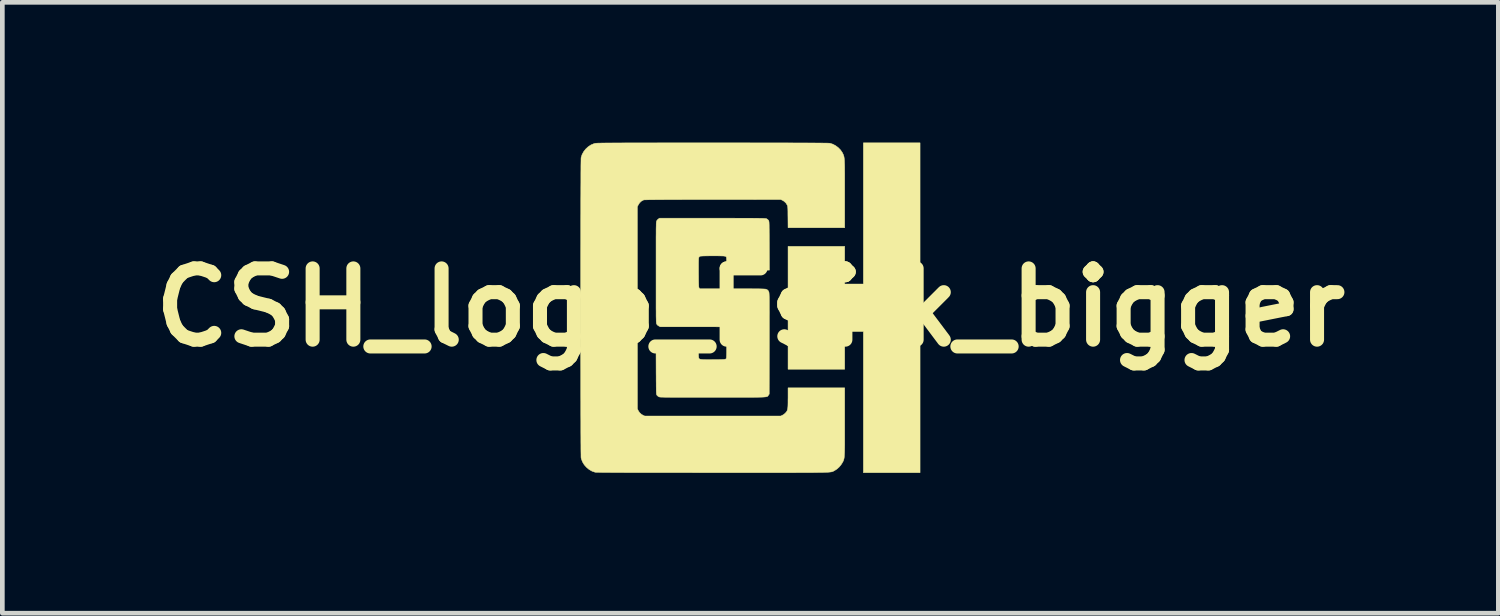
<source format=kicad_pcb>
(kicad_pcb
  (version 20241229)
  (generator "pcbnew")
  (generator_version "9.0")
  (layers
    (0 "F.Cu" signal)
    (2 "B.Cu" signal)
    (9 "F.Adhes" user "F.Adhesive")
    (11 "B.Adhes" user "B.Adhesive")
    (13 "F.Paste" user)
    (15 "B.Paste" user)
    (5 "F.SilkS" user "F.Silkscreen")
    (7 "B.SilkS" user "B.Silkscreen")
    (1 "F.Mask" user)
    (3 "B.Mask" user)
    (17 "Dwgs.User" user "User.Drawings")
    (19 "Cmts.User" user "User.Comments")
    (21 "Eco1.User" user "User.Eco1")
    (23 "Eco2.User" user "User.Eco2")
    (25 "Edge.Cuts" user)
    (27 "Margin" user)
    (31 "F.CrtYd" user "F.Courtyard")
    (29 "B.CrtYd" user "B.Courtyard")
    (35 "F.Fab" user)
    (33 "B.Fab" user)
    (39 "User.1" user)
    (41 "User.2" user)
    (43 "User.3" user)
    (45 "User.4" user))
  (footprint "CSH_logo_Fsilk_bigger"
    (layer "F.Cu")
    (at 12.998 3.525)
    (property "Reference" "CSH_logo_Fsilk_bigger" (at 0 0 0) (layer "F.SilkS") (effects (font (size 1.524 1.524) (thickness 0.3))))
    (attr through_hole)
    (fp_poly (pts (xy 3.629 3.534) (xy 2.417 3.534) (xy 2.417 0.515) (xy 2.017 0.515) (xy 2.017 1.321) (xy 0.806 1.321) (xy 0.806 -1.306) (xy 2.017 -1.306) (xy 2.017 -0.501) (xy 2.417 -0.501) (xy 2.417 -3.52) (xy 3.629 -3.52) (xy 3.629 3.534)) (stroke (width 0.01) (type solid)) (fill yes) (layer "F.SilkS"))
    (fp_poly (pts (xy -0.563 -3.52) (xy -0.33 -3.52) (xy -0.111 -3.52) (xy 0.094 -3.519) (xy 0.285 -3.519) (xy 0.464 -3.519) (xy 0.629 -3.519) (xy 0.781 -3.519) (xy 0.921 -3.518) (xy 1.048 -3.518) (xy 1.163 -3.518) (xy 1.267 -3.517) (xy 1.358 -3.517) (xy 1.438 -3.516) (xy 1.507 -3.516) (xy 1.566 -3.515) (xy 1.613 -3.515) (xy 1.65 -3.514) (xy 1.677 -3.513) (xy 1.693 -3.512) (xy 1.7 -3.512) (xy 1.762 -3.492) (xy 1.823 -3.46) (xy 1.879 -3.418) (xy 1.928 -3.368) (xy 1.965 -3.314) (xy 1.973 -3.299) (xy 1.98 -3.285) (xy 1.986 -3.271) (xy 1.992 -3.258) (xy 1.996 -3.244) (xy 2.001 -3.229) (xy 2.004 -3.211) (xy 2.007 -3.19) (xy 2.01 -3.164) (xy 2.012 -3.134) (xy 2.013 -3.097) (xy 2.015 -3.053) (xy 2.016 -3.002) (xy 2.016 -2.941) (xy 2.017 -2.871) (xy 2.017 -2.79) (xy 2.017 -2.698) (xy 2.017 -2.594) (xy 2.017 -2.476) (xy 2.017 -2.429) (xy 2.017 -1.705) (xy 0.806 -1.705) (xy 0.804 -1.932) (xy 0.803 -1.996) (xy 0.803 -2.047) (xy 0.802 -2.087) (xy 0.801 -2.117) (xy 0.799 -2.14) (xy 0.797 -2.158) (xy 0.794 -2.171) (xy 0.791 -2.181) (xy 0.787 -2.191) (xy 0.786 -2.192) (xy 0.758 -2.236) (xy 0.718 -2.272) (xy 0.686 -2.291) (xy 0.65 -2.308) (xy -0.806 -2.307) (xy -0.988 -2.307) (xy -1.156 -2.307) (xy -1.31 -2.307) (xy -1.451 -2.307) (xy -1.579 -2.306) (xy -1.695 -2.306) (xy -1.799 -2.306) (xy -1.892 -2.305) (xy -1.974 -2.305) (xy -2.045 -2.304) (xy -2.106 -2.304) (xy -2.157 -2.303) (xy -2.199 -2.302) (xy -2.232 -2.301) (xy -2.256 -2.301) (xy -2.273 -2.3) (xy -2.282 -2.299) (xy -2.284 -2.298) (xy -2.331 -2.273) (xy -2.369 -2.237) (xy -2.394 -2.199) (xy -2.417 -2.153) (xy -2.416 2.166) (xy -2.4 2.203) (xy -2.37 2.249) (xy -2.33 2.286) (xy -2.297 2.305) (xy -2.261 2.322) (xy 0.65 2.322) (xy 0.686 2.305) (xy 0.712 2.29) (xy 0.739 2.268) (xy 0.752 2.255) (xy 0.766 2.239) (xy 0.778 2.223) (xy 0.787 2.206) (xy 0.793 2.186) (xy 0.798 2.161) (xy 0.802 2.129) (xy 0.804 2.09) (xy 0.805 2.04) (xy 0.805 1.978) (xy 0.806 1.933) (xy 0.806 1.72) (xy 2.017 1.72) (xy 2.017 2.444) (xy 2.017 2.567) (xy 2.017 2.677) (xy 2.017 2.774) (xy 2.017 2.859) (xy 2.017 2.933) (xy 2.016 2.997) (xy 2.015 3.052) (xy 2.014 3.099) (xy 2.012 3.138) (xy 2.01 3.171) (xy 2.008 3.198) (xy 2.005 3.221) (xy 2.001 3.24) (xy 1.997 3.256) (xy 1.992 3.271) (xy 1.987 3.284) (xy 1.98 3.297) (xy 1.973 3.311) (xy 1.969 3.318) (xy 1.937 3.368) (xy 1.896 3.416) (xy 1.85 3.457) (xy 1.802 3.488) (xy 1.8 3.489) (xy 1.792 3.493) (xy 1.785 3.497) (xy 1.779 3.5) (xy 1.773 3.504) (xy 1.767 3.507) (xy 1.76 3.51) (xy 1.752 3.512) (xy 1.743 3.515) (xy 1.731 3.517) (xy 1.717 3.519) (xy 1.699 3.521) (xy 1.678 3.523) (xy 1.654 3.525) (xy 1.624 3.526) (xy 1.59 3.527) (xy 1.551 3.529) (xy 1.506 3.53) (xy 1.454 3.53) (xy 1.396 3.531) (xy 1.331 3.532) (xy 1.258 3.532) (xy 1.177 3.533) (xy 1.087 3.533) (xy 0.988 3.533) (xy 0.88 3.534) (xy 0.762 3.534) (xy 0.634 3.534) (xy 0.494 3.534) (xy 0.344 3.534) (xy 0.181 3.534) (xy 0.007 3.534) (xy -0.181 3.534) (xy -0.381 3.534) (xy -0.595 3.534) (xy -0.809 3.534) (xy -1.042 3.534) (xy -1.262 3.533) (xy -1.468 3.533) (xy -1.66 3.533) (xy -1.839 3.533) (xy -2.006 3.533) (xy -2.161 3.533) (xy -2.304 3.533) (xy -2.436 3.532) (xy -2.557 3.532) (xy -2.667 3.532) (xy -2.767 3.531) (xy -2.857 3.531) (xy -2.938 3.531) (xy -3.01 3.53) (xy -3.073 3.53) (xy -3.128 3.529) (xy -3.176 3.529) (xy -3.216 3.528) (xy -3.249 3.527) (xy -3.275 3.527) (xy -3.296 3.526) (xy -3.31 3.525) (xy -3.319 3.524) (xy -3.322 3.524) (xy -3.388 3.501) (xy -3.45 3.465) (xy -3.505 3.419) (xy -3.553 3.365) (xy -3.59 3.304) (xy -3.615 3.239) (xy -3.621 3.216) (xy -3.621 3.206) (xy -3.622 3.182) (xy -3.622 3.144) (xy -3.623 3.093) (xy -3.624 3.031) (xy -3.624 2.956) (xy -3.625 2.871) (xy -3.625 2.775) (xy -3.626 2.669) (xy -3.626 2.554) (xy -3.626 2.429) (xy -3.627 2.297) (xy -3.627 2.157) (xy -3.627 2.01) (xy -3.628 1.856) (xy -3.628 1.697) (xy -3.628 1.532) (xy -3.628 1.362) (xy -3.629 1.188) (xy -3.629 1.01) (xy -3.629 0.829) (xy -3.629 0.646) (xy -3.629 0.461) (xy -3.629 0.274) (xy -3.629 0.087) (xy -3.629 -0.101) (xy -3.629 -0.288) (xy -3.629 -0.475) (xy -3.629 -0.66) (xy -3.629 -0.843) (xy -3.629 -1.023) (xy -3.629 -1.2) (xy -3.628 -1.374) (xy -3.628 -1.543) (xy -3.628 -1.707) (xy -3.628 -1.866) (xy -3.627 -2.018) (xy -3.627 -2.164) (xy -3.627 -2.303) (xy -3.626 -2.434) (xy -3.626 -2.557) (xy -3.625 -2.671) (xy -3.625 -2.776) (xy -3.625 -2.87) (xy -3.624 -2.954) (xy -3.624 -3.027) (xy -3.623 -3.087) (xy -3.622 -3.136) (xy -3.622 -3.172) (xy -3.621 -3.194) (xy -3.621 -3.202) (xy -3.6 -3.268) (xy -3.566 -3.331) (xy -3.522 -3.387) (xy -3.469 -3.436) (xy -3.409 -3.476) (xy -3.344 -3.503) (xy -3.326 -3.508) (xy -3.321 -3.509) (xy -3.314 -3.51) (xy -3.305 -3.511) (xy -3.293 -3.512) (xy -3.277 -3.513) (xy -3.258 -3.514) (xy -3.234 -3.514) (xy -3.206 -3.515) (xy -3.173 -3.516) (xy -3.134 -3.516) (xy -3.089 -3.517) (xy -3.038 -3.517) (xy -2.979 -3.517) (xy -2.914 -3.518) (xy -2.84 -3.518) (xy -2.758 -3.518) (xy -2.667 -3.519) (xy -2.568 -3.519) (xy -2.458 -3.519) (xy -2.338 -3.519) (xy -2.208 -3.519) (xy -2.067 -3.519) (xy -1.914 -3.52) (xy -1.749 -3.52) (xy -1.572 -3.52) (xy -1.382 -3.52) (xy -1.179 -3.52) (xy -0.962 -3.52) (xy -0.81 -3.52) (xy -0.563 -3.52)) (stroke (width 0.01) (type solid)) (fill yes) (layer "F.SilkS"))
    (fp_poly (pts (xy -0.81 -1.909) (xy -0.66 -1.909) (xy -0.523 -1.909) (xy -0.4 -1.909) (xy -0.289 -1.908) (xy -0.19 -1.908) (xy -0.102 -1.908) (xy -0.024 -1.908) (xy 0.044 -1.908) (xy 0.103 -1.907) (xy 0.153 -1.907) (xy 0.196 -1.906) (xy 0.231 -1.906) (xy 0.261 -1.905) (xy 0.285 -1.904) (xy 0.303 -1.903) (xy 0.318 -1.902) (xy 0.329 -1.901) (xy 0.337 -1.9) (xy 0.343 -1.898) (xy 0.347 -1.896) (xy 0.348 -1.896) (xy 0.369 -1.882) (xy 0.387 -1.864) (xy 0.388 -1.863) (xy 0.391 -1.859) (xy 0.393 -1.854) (xy 0.395 -1.847) (xy 0.397 -1.838) (xy 0.399 -1.825) (xy 0.4 -1.807) (xy 0.401 -1.784) (xy 0.402 -1.753) (xy 0.402 -1.715) (xy 0.403 -1.668) (xy 0.403 -1.611) (xy 0.404 -1.543) (xy 0.404 -1.463) (xy 0.405 -1.37) (xy 0.405 -1.32) (xy 0.407 -0.798) (xy -0.508 -0.798) (xy -0.508 -0.934) (xy -0.508 -0.978) (xy -0.509 -1.016) (xy -0.51 -1.047) (xy -0.512 -1.069) (xy -0.514 -1.078) (xy -0.519 -1.085) (xy -0.526 -1.09) (xy -0.537 -1.094) (xy -0.552 -1.097) (xy -0.574 -1.1) (xy -0.604 -1.101) (xy -0.643 -1.102) (xy -0.692 -1.103) (xy -0.754 -1.103) (xy -0.805 -1.103) (xy -0.884 -1.103) (xy -0.95 -1.102) (xy -1.001 -1.101) (xy -1.039 -1.099) (xy -1.065 -1.097) (xy -1.077 -1.095) (xy -1.093 -1.082) (xy -1.103 -1.067) (xy -1.105 -1.056) (xy -1.107 -1.032) (xy -1.108 -0.995) (xy -1.109 -0.945) (xy -1.109 -0.882) (xy -1.109 -0.806) (xy -1.109 -0.739) (xy -1.108 -0.664) (xy -1.108 -0.602) (xy -1.107 -0.551) (xy -1.106 -0.511) (xy -1.105 -0.481) (xy -1.104 -0.458) (xy -1.103 -0.441) (xy -1.101 -0.43) (xy -1.098 -0.422) (xy -1.095 -0.417) (xy -1.093 -0.414) (xy -1.079 -0.399) (xy -0.382 -0.399) (xy -0.265 -0.399) (xy -0.163 -0.399) (xy -0.073 -0.399) (xy 0.005 -0.399) (xy 0.072 -0.398) (xy 0.129 -0.398) (xy 0.177 -0.398) (xy 0.217 -0.397) (xy 0.249 -0.396) (xy 0.275 -0.395) (xy 0.296 -0.394) (xy 0.311 -0.393) (xy 0.323 -0.392) (xy 0.332 -0.39) (xy 0.339 -0.388) (xy 0.344 -0.386) (xy 0.347 -0.385) (xy 0.37 -0.371) (xy 0.386 -0.352) (xy 0.392 -0.338) (xy 0.394 -0.334) (xy 0.396 -0.328) (xy 0.398 -0.322) (xy 0.399 -0.314) (xy 0.4 -0.303) (xy 0.401 -0.288) (xy 0.402 -0.27) (xy 0.403 -0.246) (xy 0.404 -0.218) (xy 0.404 -0.183) (xy 0.405 -0.141) (xy 0.405 -0.091) (xy 0.405 -0.034) (xy 0.405 0.033) (xy 0.406 0.11) (xy 0.405 0.197) (xy 0.405 0.295) (xy 0.405 0.405) (xy 0.405 0.528) (xy 0.405 0.664) (xy 0.405 0.774) (xy 0.403 1.854) (xy 0.385 1.879) (xy 0.382 1.884) (xy 0.378 1.89) (xy 0.375 1.895) (xy 0.371 1.899) (xy 0.365 1.903) (xy 0.357 1.906) (xy 0.347 1.909) (xy 0.333 1.912) (xy 0.314 1.914) (xy 0.291 1.916) (xy 0.263 1.918) (xy 0.228 1.919) (xy 0.187 1.92) (xy 0.137 1.921) (xy 0.08 1.922) (xy 0.014 1.922) (xy -0.062 1.923) (xy -0.148 1.923) (xy -0.245 1.923) (xy -0.354 1.923) (xy -0.474 1.923) (xy -0.608 1.923) (xy -0.756 1.923) (xy -0.807 1.923) (xy -0.957 1.923) (xy -1.093 1.923) (xy -1.216 1.923) (xy -1.327 1.923) (xy -1.425 1.923) (xy -1.513 1.923) (xy -1.59 1.922) (xy -1.658 1.922) (xy -1.716 1.922) (xy -1.766 1.921) (xy -1.809 1.921) (xy -1.844 1.92) (xy -1.873 1.919) (xy -1.897 1.919) (xy -1.915 1.918) (xy -1.93 1.917) (xy -1.94 1.915) (xy -1.948 1.914) (xy -1.954 1.912) (xy -1.958 1.911) (xy -1.959 1.91) (xy -1.98 1.896) (xy -1.998 1.878) (xy -1.999 1.877) (xy -2.002 1.873) (xy -2.004 1.868) (xy -2.006 1.862) (xy -2.008 1.853) (xy -2.01 1.84) (xy -2.011 1.822) (xy -2.012 1.798) (xy -2.013 1.768) (xy -2.013 1.73) (xy -2.014 1.683) (xy -2.014 1.626) (xy -2.015 1.558) (xy -2.015 1.478) (xy -2.016 1.385) (xy -2.016 1.335) (xy -2.018 0.813) (xy -1.11 0.813) (xy -1.11 0.939) (xy -1.11 0.993) (xy -1.108 1.036) (xy -1.106 1.067) (xy -1.102 1.084) (xy -1.102 1.085) (xy -1.097 1.093) (xy -1.09 1.1) (xy -1.08 1.106) (xy -1.064 1.11) (xy -1.043 1.113) (xy -1.014 1.115) (xy -0.976 1.116) (xy -0.928 1.117) (xy -0.868 1.117) (xy -0.795 1.116) (xy -0.79 1.116) (xy -0.723 1.116) (xy -0.668 1.115) (xy -0.626 1.114) (xy -0.593 1.113) (xy -0.568 1.112) (xy -0.551 1.11) (xy -0.539 1.108) (xy -0.531 1.105) (xy -0.526 1.102) (xy -0.523 1.1) (xy -0.52 1.097) (xy -0.517 1.092) (xy -0.514 1.085) (xy -0.512 1.075) (xy -0.511 1.06) (xy -0.51 1.04) (xy -0.509 1.011) (xy -0.508 0.974) (xy -0.508 0.927) (xy -0.508 0.868) (xy -0.508 0.797) (xy -0.508 0.762) (xy -0.508 0.685) (xy -0.508 0.621) (xy -0.508 0.569) (xy -0.509 0.527) (xy -0.51 0.495) (xy -0.511 0.471) (xy -0.512 0.453) (xy -0.514 0.441) (xy -0.516 0.434) (xy -0.519 0.429) (xy -0.521 0.426) (xy -0.524 0.424) (xy -0.53 0.422) (xy -0.538 0.42) (xy -0.549 0.419) (xy -0.566 0.418) (xy -0.588 0.417) (xy -0.616 0.416) (xy -0.652 0.415) (xy -0.696 0.415) (xy -0.748 0.414) (xy -0.811 0.414) (xy -0.884 0.414) (xy -0.968 0.414) (xy -1.065 0.414) (xy -1.176 0.414) (xy -1.231 0.414) (xy -1.927 0.414) (xy -1.959 0.397) (xy -1.987 0.378) (xy -2.004 0.356) (xy -2.006 0.352) (xy -2.008 0.347) (xy -2.009 0.34) (xy -2.01 0.331) (xy -2.012 0.318) (xy -2.013 0.302) (xy -2.014 0.281) (xy -2.014 0.255) (xy -2.015 0.223) (xy -2.016 0.184) (xy -2.016 0.137) (xy -2.016 0.083) (xy -2.017 0.019) (xy -2.017 -0.053) (xy -2.017 -0.136) (xy -2.017 -0.23) (xy -2.017 -0.336) (xy -2.017 -0.454) (xy -2.017 -0.585) (xy -2.017 -0.729) (xy -2.017 -0.747) (xy -2.017 -0.894) (xy -2.017 -1.027) (xy -2.017 -1.146) (xy -2.017 -1.253) (xy -2.017 -1.349) (xy -2.017 -1.433) (xy -2.017 -1.507) (xy -2.016 -1.572) (xy -2.016 -1.627) (xy -2.016 -1.675) (xy -2.015 -1.715) (xy -2.014 -1.748) (xy -2.014 -1.775) (xy -2.013 -1.796) (xy -2.012 -1.813) (xy -2.01 -1.826) (xy -2.009 -1.836) (xy -2.008 -1.842) (xy -2.006 -1.847) (xy -2.005 -1.85) (xy -1.99 -1.872) (xy -1.97 -1.89) (xy -1.967 -1.892) (xy -1.943 -1.909) (xy -0.81 -1.909)) (stroke (width 0.01) (type solid)) (fill yes) (layer "F.SilkS")))
  (gr_rect
    (start -3 -3)
    (end 28.995 10.064)
    (stroke (width 0.1) (type default))
    (fill no)
    (layer "Edge.Cuts")))
</source>
